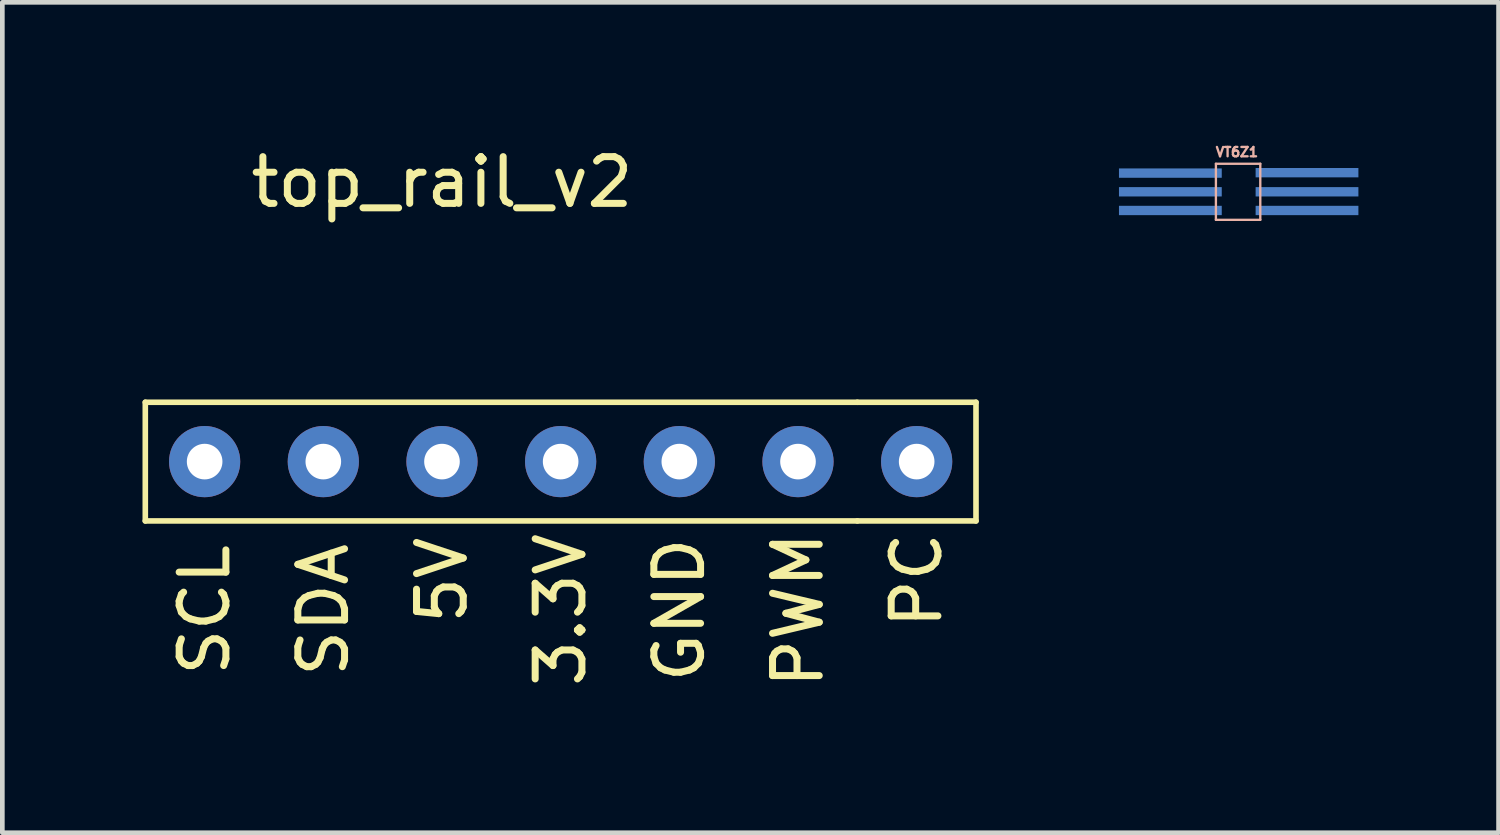
<source format=kicad_pcb>
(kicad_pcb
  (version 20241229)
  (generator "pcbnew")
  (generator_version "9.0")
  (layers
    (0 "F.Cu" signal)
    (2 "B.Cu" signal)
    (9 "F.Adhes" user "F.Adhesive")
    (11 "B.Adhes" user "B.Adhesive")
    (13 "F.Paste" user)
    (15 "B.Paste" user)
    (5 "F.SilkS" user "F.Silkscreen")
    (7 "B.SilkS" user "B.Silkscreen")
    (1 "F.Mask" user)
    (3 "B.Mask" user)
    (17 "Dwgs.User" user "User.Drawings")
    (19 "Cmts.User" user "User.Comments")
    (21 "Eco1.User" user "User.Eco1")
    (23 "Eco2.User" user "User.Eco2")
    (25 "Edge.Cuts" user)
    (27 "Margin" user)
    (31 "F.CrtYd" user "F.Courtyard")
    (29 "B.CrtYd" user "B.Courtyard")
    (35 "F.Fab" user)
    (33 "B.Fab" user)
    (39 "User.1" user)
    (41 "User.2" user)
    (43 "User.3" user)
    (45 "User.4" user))
  (footprint "VT6Z1"
    (layer "F.Cu")
    (at 23.425 0.455)
    (property "Reference" "VT6Z1" (at 0 -0.25 180) (layer "B.SilkS") (effects (font (size 0.2 0.2) (thickness 0.05))))
    (attr through_hole)
    (fp_line (start -0.45 0) (end -0.45 1.2) (stroke (width 0.05) (type solid)) (layer "B.SilkS"))
    (fp_line (start -0.45 0) (end 0.5 0) (stroke (width 0.05) (type solid)) (layer "B.SilkS"))
    (fp_line (start 0.5 0) (end 0.5 1.2) (stroke (width 0.05) (type solid)) (layer "B.SilkS"))
    (fp_line (start 0.5 1.2) (end -0.45 1.2) (stroke (width 0.05) (type solid)) (layer "B.SilkS"))
    (pad "1" smd rect (at 1.5 0.191 270) (size 0.2 2.2) (layers "B.Cu" "B.Mask" "B.Paste"))
    (pad "2" smd rect (at 1.5 0.6 270) (size 0.2 2.2) (layers "B.Cu" "B.Mask" "B.Paste"))
    (pad "3" smd rect (at 1.5 1 270) (size 0.2 2.2) (layers "B.Cu" "B.Mask" "B.Paste"))
    (pad "4" smd rect (at -1.425 1 270) (size 0.2 2.2) (layers "B.Cu" "B.Mask" "B.Paste"))
    (pad "5" smd rect (at -1.425 0.6 270) (size 0.2 2.2) (layers "B.Cu" "B.Mask" "B.Paste"))
    (pad "6" smd rect (at -1.425 0.2 270) (size 0.2 2.2) (layers "B.Cu" "B.Mask" "B.Paste")))
  (footprint "top_rail_v2"
    (layer "F.Cu")
    (at 6.41 4.29)
    (property "Reference" "top_rail_v2" (at 0 -3.442 0) (layer "F.SilkS") (effects (font (size 1 1) (thickness 0.15))))
    (attr through_hole)
    (fp_line (start -6.35 1.27) (end -6.35 3.81) (stroke (width 0.12) (type solid)) (layer "F.SilkS"))
    (fp_line (start 8.89 1.27) (end -6.35 1.27) (stroke (width 0.12) (type solid)) (layer "F.SilkS"))
    (fp_line (start 8.89 1.27) (end 11.43 1.27) (stroke (width 0.12) (type solid)) (layer "F.SilkS"))
    (fp_line (start 8.89 3.81) (end -6.35 3.81) (stroke (width 0.12) (type solid)) (layer "F.SilkS"))
    (fp_line (start 8.89 3.81) (end 11.43 3.81) (stroke (width 0.12) (type solid)) (layer "F.SilkS"))
    (fp_line (start 11.43 1.27) (end 11.43 3.81) (stroke (width 0.12) (type solid)) (layer "F.SilkS"))
    (fp_text user "SDA" (at -2.54 5.715 90) (layer "F.SilkS") (effects (font (size 1 1) (thickness 0.15))))
    (fp_text user "GND" (at 5.08 5.715 90) (layer "F.SilkS") (effects (font (size 1 1) (thickness 0.15))))
    (fp_text user "5V" (at 0 5.08 90) (layer "F.SilkS") (effects (font (size 1 1) (thickness 0.15))))
    (fp_text user "SCL" (at -5.08 5.715 90) (layer "F.SilkS") (effects (font (size 1 1) (thickness 0.15))))
    (fp_text user "3.3V" (at 2.54 5.715 90) (layer "F.SilkS") (effects (font (size 1 1) (thickness 0.15))))
    (fp_text user "PC" (at 10.16 5.08 90) (layer "F.SilkS") (effects (font (size 1 1) (thickness 0.15))))
    (fp_text user "PWM" (at 7.62 5.715 90) (layer "F.SilkS") (effects (font (size 1 1) (thickness 0.15))))
    (pad "2" thru_hole circle (at -5.08 2.54) (size 1.524 1.524) (drill 0.762) (layers "*.Cu" "*.Mask"))
    (pad "3" thru_hole circle (at -2.54 2.54) (size 1.524 1.524) (drill 0.762) (layers "*.Cu" "*.Mask"))
    (pad "4" thru_hole circle (at 0 2.54) (size 1.524 1.524) (drill 0.762) (layers "*.Cu" "*.Mask"))
    (pad "5" thru_hole circle (at 2.54 2.54) (size 1.524 1.524) (drill 0.762) (layers "*.Cu" "*.Mask"))
    (pad "6" thru_hole circle (at 5.08 2.54) (size 1.524 1.524) (drill 0.762) (layers "*.Cu" "*.Mask"))
    (pad "7" thru_hole circle (at 7.62 2.54) (size 1.524 1.524) (drill 0.762) (layers "*.Cu" "*.Mask"))
    (pad "8" thru_hole circle (at 10.16 2.54) (size 1.524 1.524) (drill 0.762) (layers "*.Cu" "*.Mask")))
  (gr_rect
    (start -3 -3)
    (end 29.025 14.773)
    (stroke (width 0.1) (type default))
    (fill no)
    (layer "Edge.Cuts")))
</source>
